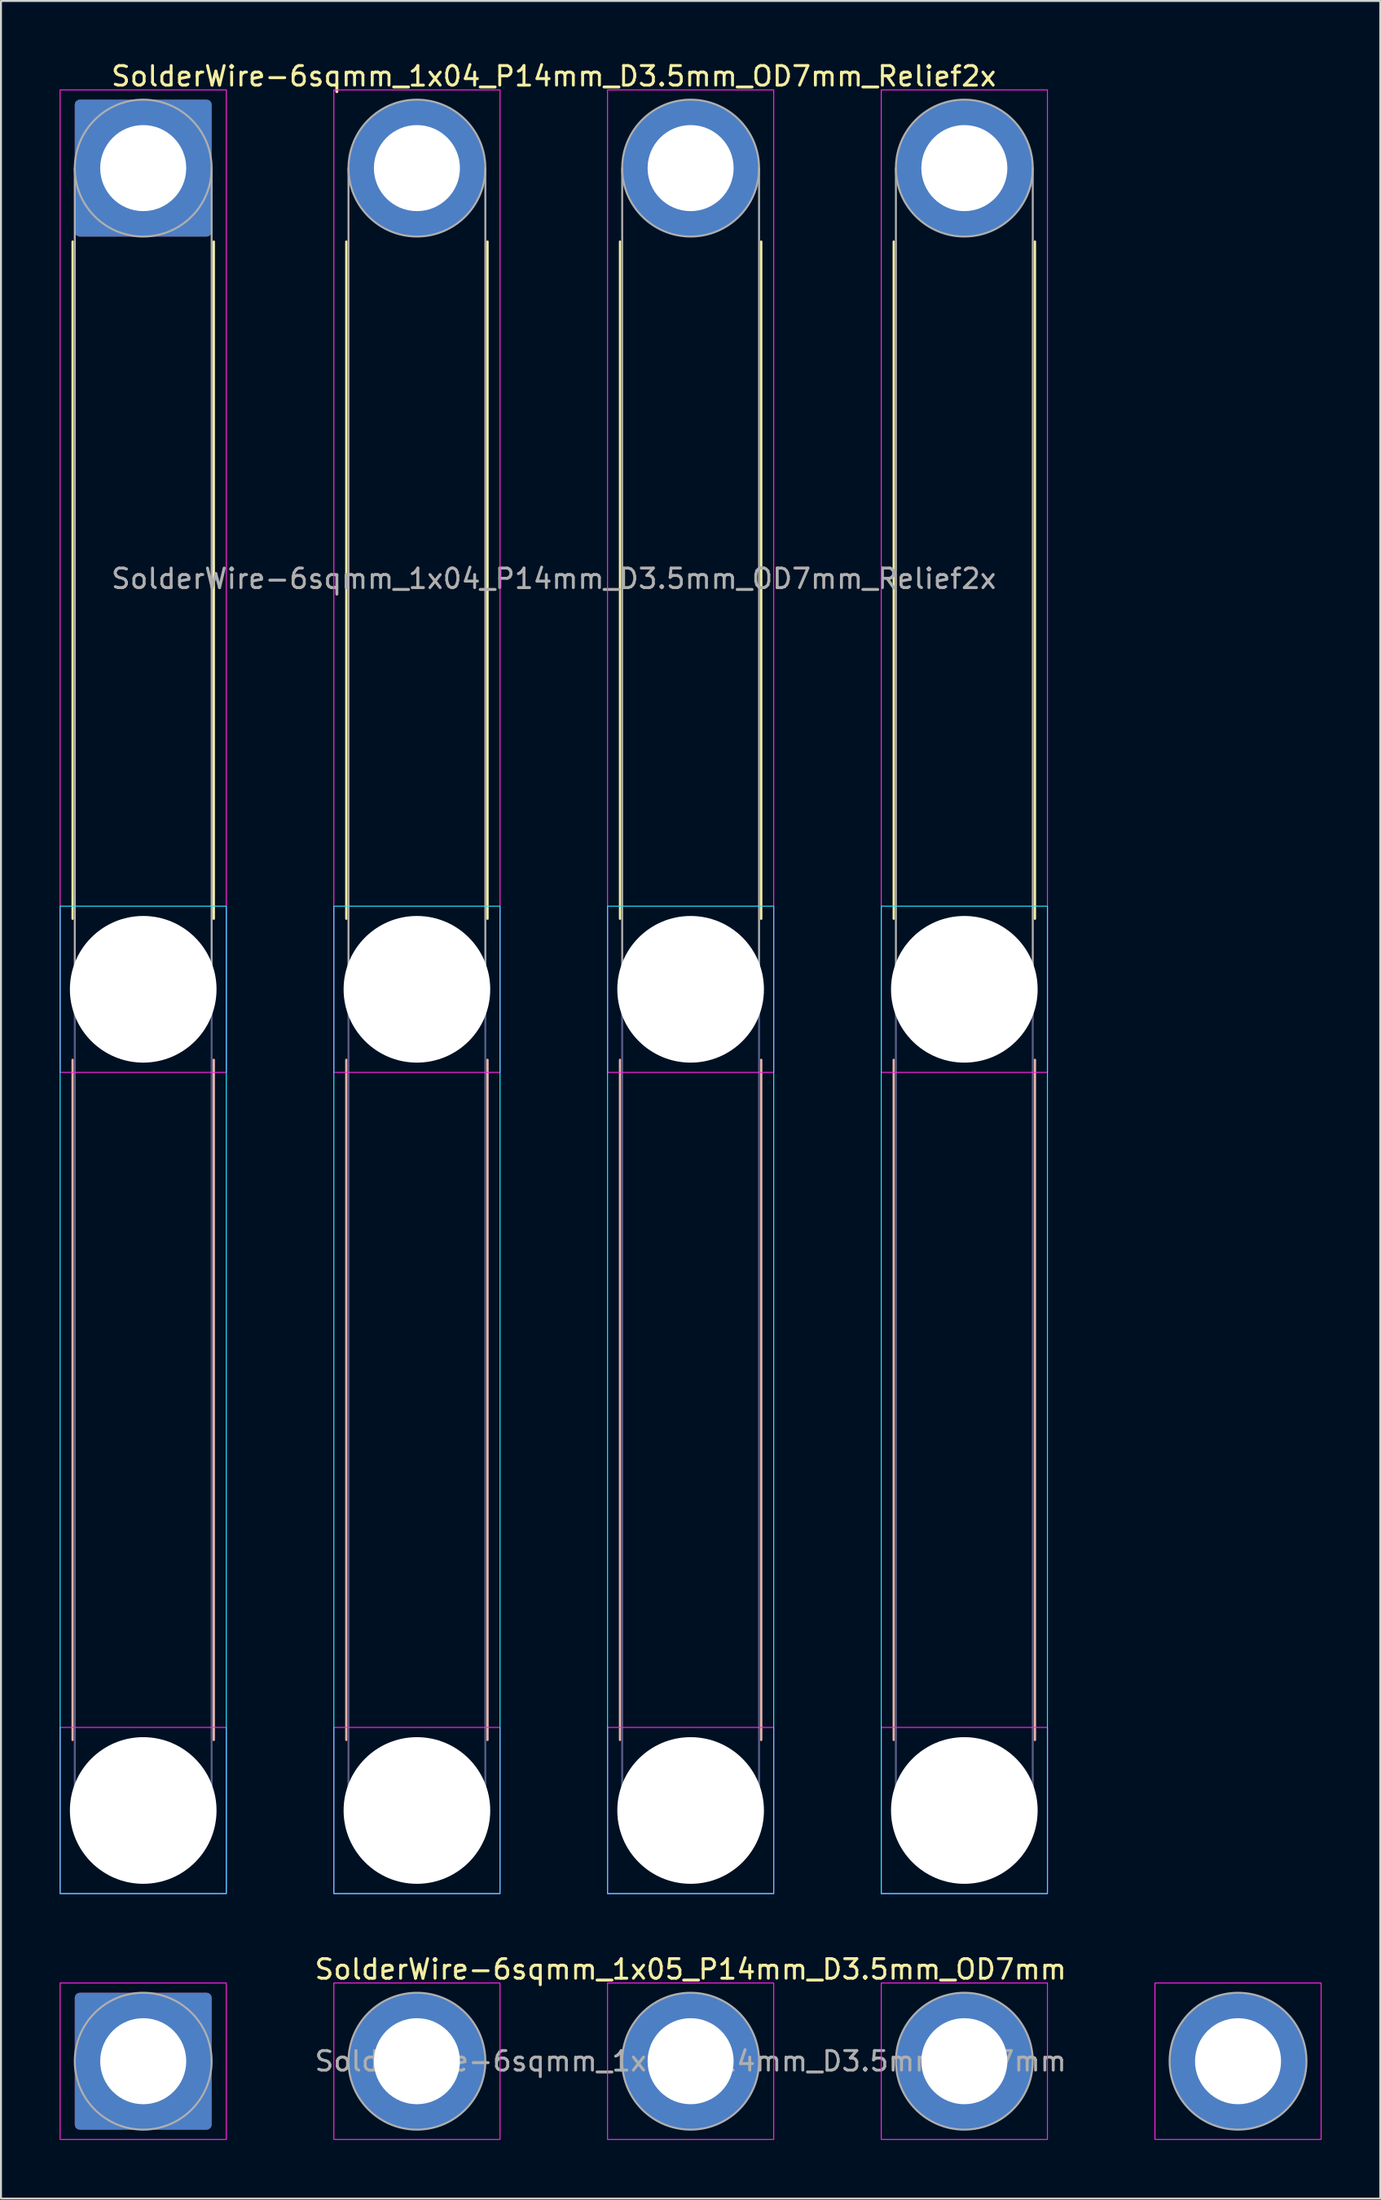
<source format=kicad_pcb>
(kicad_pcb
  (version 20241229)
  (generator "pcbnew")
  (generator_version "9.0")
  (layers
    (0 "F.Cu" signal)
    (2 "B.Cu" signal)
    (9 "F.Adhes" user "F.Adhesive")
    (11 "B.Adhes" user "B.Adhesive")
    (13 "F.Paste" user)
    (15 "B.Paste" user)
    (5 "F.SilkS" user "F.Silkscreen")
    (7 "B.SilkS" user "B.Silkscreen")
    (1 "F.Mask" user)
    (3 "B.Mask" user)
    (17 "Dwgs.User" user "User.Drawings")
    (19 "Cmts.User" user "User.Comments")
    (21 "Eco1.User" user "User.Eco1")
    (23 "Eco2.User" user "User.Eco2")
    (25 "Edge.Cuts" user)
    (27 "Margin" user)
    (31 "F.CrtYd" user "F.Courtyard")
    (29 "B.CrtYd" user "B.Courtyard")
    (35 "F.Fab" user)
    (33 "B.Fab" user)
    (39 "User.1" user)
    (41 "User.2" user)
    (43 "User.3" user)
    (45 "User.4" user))
  (footprint "SolderWire-6sqmm_1x05_P14mm_D3.5mm_OD7mm"
    (layer "F.Cu")
    (at 4.275 102.371)
    (property "Reference" "SolderWire-6sqmm_1x05_P14mm_D3.5mm_OD7mm" (at 28 -4.7 0) (layer "F.SilkS") (effects (font (size 1 1) (thickness 0.15))))
    (attr exclude_from_pos_files exclude_from_bom)
    (fp_rect (start -4.25 -4) (end 4.25 4) (stroke (width 0.05) (type solid)) (fill no) (layer "F.CrtYd"))
    (fp_rect (start 9.75 -4) (end 18.25 4) (stroke (width 0.05) (type solid)) (fill no) (layer "F.CrtYd"))
    (fp_rect (start 23.75 -4) (end 32.25 4) (stroke (width 0.05) (type solid)) (fill no) (layer "F.CrtYd"))
    (fp_rect (start 37.75 -4) (end 46.25 4) (stroke (width 0.05) (type solid)) (fill no) (layer "F.CrtYd"))
    (fp_rect (start 51.75 -4) (end 60.25 4) (stroke (width 0.05) (type solid)) (fill no) (layer "F.CrtYd"))
    (fp_circle (center 0 0) (end 3.5 0) (stroke (width 0.1) (type solid)) (fill no) (layer "F.Fab"))
    (fp_circle (center 14 0) (end 17.5 0) (stroke (width 0.1) (type solid)) (fill no) (layer "F.Fab"))
    (fp_circle (center 28 0) (end 31.5 0) (stroke (width 0.1) (type solid)) (fill no) (layer "F.Fab"))
    (fp_circle (center 42 0) (end 45.5 0) (stroke (width 0.1) (type solid)) (fill no) (layer "F.Fab"))
    (fp_circle (center 56 0) (end 59.5 0) (stroke (width 0.1) (type solid)) (fill no) (layer "F.Fab"))
    (fp_text user "${REFERENCE}" (at 28 0 0) (layer "F.Fab") (effects (font (size 1 1) (thickness 0.15))))
    (pad "1" thru_hole roundrect (at 0 0) (size 7 7) (drill 4.4) (layers "*.Cu" "*.Mask") (roundrect_rratio 0.036))
    (pad "2" thru_hole circle (at 14 0) (size 7 7) (drill 4.4) (layers "*.Cu" "*.Mask"))
    (pad "3" thru_hole circle (at 28 0) (size 7 7) (drill 4.4) (layers "*.Cu" "*.Mask"))
    (pad "4" thru_hole circle (at 42 0) (size 7 7) (drill 4.4) (layers "*.Cu" "*.Mask"))
    (pad "5" thru_hole circle (at 56 0) (size 7 7) (drill 4.4) (layers "*.Cu" "*.Mask")))
  (footprint "SolderWire-6sqmm_1x04_P14mm_D3.5mm_OD7mm_Relief2x"
    (layer "F.Cu")
    (at 4.275 5.548)
    (property "Reference" "SolderWire-6sqmm_1x04_P14mm_D3.5mm_OD7mm_Relief2x" (at 21 -4.7 0) (layer "F.SilkS") (effects (font (size 1 1) (thickness 0.15))))
    (attr exclude_from_pos_files exclude_from_bom)
    (fp_line (start -3.61 3.76) (end -3.61 38.39) (stroke (width 0.12) (type solid)) (layer "F.SilkS"))
    (fp_line (start 3.61 3.76) (end 3.61 38.39) (stroke (width 0.12) (type solid)) (layer "F.SilkS"))
    (fp_line (start 10.39 3.76) (end 10.39 38.39) (stroke (width 0.12) (type solid)) (layer "F.SilkS"))
    (fp_line (start 17.61 3.76) (end 17.61 38.39) (stroke (width 0.12) (type solid)) (layer "F.SilkS"))
    (fp_line (start 24.39 3.76) (end 24.39 38.39) (stroke (width 0.12) (type solid)) (layer "F.SilkS"))
    (fp_line (start 31.61 3.76) (end 31.61 38.39) (stroke (width 0.12) (type solid)) (layer "F.SilkS"))
    (fp_line (start 38.39 3.76) (end 38.39 38.39) (stroke (width 0.12) (type solid)) (layer "F.SilkS"))
    (fp_line (start 45.61 3.76) (end 45.61 38.39) (stroke (width 0.12) (type solid)) (layer "F.SilkS"))
    (fp_line (start -3.61 45.61) (end -3.61 80.39) (stroke (width 0.12) (type solid)) (layer "B.SilkS"))
    (fp_line (start 3.61 45.61) (end 3.61 80.39) (stroke (width 0.12) (type solid)) (layer "B.SilkS"))
    (fp_line (start 10.39 45.61) (end 10.39 80.39) (stroke (width 0.12) (type solid)) (layer "B.SilkS"))
    (fp_line (start 17.61 45.61) (end 17.61 80.39) (stroke (width 0.12) (type solid)) (layer "B.SilkS"))
    (fp_line (start 24.39 45.61) (end 24.39 80.39) (stroke (width 0.12) (type solid)) (layer "B.SilkS"))
    (fp_line (start 31.61 45.61) (end 31.61 80.39) (stroke (width 0.12) (type solid)) (layer "B.SilkS"))
    (fp_line (start 38.39 45.61) (end 38.39 80.39) (stroke (width 0.12) (type solid)) (layer "B.SilkS"))
    (fp_line (start 45.61 45.61) (end 45.61 80.39) (stroke (width 0.12) (type solid)) (layer "B.SilkS"))
    (fp_rect (start -4.25 37.75) (end 4.25 88.25) (stroke (width 0.05) (type solid)) (fill no) (layer "B.CrtYd"))
    (fp_rect (start 9.75 37.75) (end 18.25 88.25) (stroke (width 0.05) (type solid)) (fill no) (layer "B.CrtYd"))
    (fp_rect (start 23.75 37.75) (end 32.25 88.25) (stroke (width 0.05) (type solid)) (fill no) (layer "B.CrtYd"))
    (fp_rect (start 37.75 37.75) (end 46.25 88.25) (stroke (width 0.05) (type solid)) (fill no) (layer "B.CrtYd"))
    (fp_rect (start -4.25 -4) (end 4.25 46.25) (stroke (width 0.05) (type solid)) (fill no) (layer "F.CrtYd"))
    (fp_rect (start -4.25 79.75) (end 4.25 88.25) (stroke (width 0.05) (type solid)) (fill no) (layer "F.CrtYd"))
    (fp_rect (start 9.75 -4) (end 18.25 46.25) (stroke (width 0.05) (type solid)) (fill no) (layer "F.CrtYd"))
    (fp_rect (start 9.75 79.75) (end 18.25 88.25) (stroke (width 0.05) (type solid)) (fill no) (layer "F.CrtYd"))
    (fp_rect (start 23.75 -4) (end 32.25 46.25) (stroke (width 0.05) (type solid)) (fill no) (layer "F.CrtYd"))
    (fp_rect (start 23.75 79.75) (end 32.25 88.25) (stroke (width 0.05) (type solid)) (fill no) (layer "F.CrtYd"))
    (fp_rect (start 37.75 -4) (end 46.25 46.25) (stroke (width 0.05) (type solid)) (fill no) (layer "F.CrtYd"))
    (fp_rect (start 37.75 79.75) (end 46.25 88.25) (stroke (width 0.05) (type solid)) (fill no) (layer "F.CrtYd"))
    (fp_line (start -3.5 42) (end -3.5 84) (stroke (width 0.1) (type solid)) (layer "B.Fab"))
    (fp_line (start 3.5 42) (end 3.5 84) (stroke (width 0.1) (type solid)) (layer "B.Fab"))
    (fp_line (start 10.5 42) (end 10.5 84) (stroke (width 0.1) (type solid)) (layer "B.Fab"))
    (fp_line (start 17.5 42) (end 17.5 84) (stroke (width 0.1) (type solid)) (layer "B.Fab"))
    (fp_line (start 24.5 42) (end 24.5 84) (stroke (width 0.1) (type solid)) (layer "B.Fab"))
    (fp_line (start 31.5 42) (end 31.5 84) (stroke (width 0.1) (type solid)) (layer "B.Fab"))
    (fp_line (start 38.5 42) (end 38.5 84) (stroke (width 0.1) (type solid)) (layer "B.Fab"))
    (fp_line (start 45.5 42) (end 45.5 84) (stroke (width 0.1) (type solid)) (layer "B.Fab"))
    (fp_circle (center 0 42) (end 3.5 42) (stroke (width 0.1) (type solid)) (fill no) (layer "B.Fab"))
    (fp_circle (center 0 84) (end 3.5 84) (stroke (width 0.1) (type solid)) (fill no) (layer "B.Fab"))
    (fp_circle (center 14 42) (end 17.5 42) (stroke (width 0.1) (type solid)) (fill no) (layer "B.Fab"))
    (fp_circle (center 14 84) (end 17.5 84) (stroke (width 0.1) (type solid)) (fill no) (layer "B.Fab"))
    (fp_circle (center 28 42) (end 31.5 42) (stroke (width 0.1) (type solid)) (fill no) (layer "B.Fab"))
    (fp_circle (center 28 84) (end 31.5 84) (stroke (width 0.1) (type solid)) (fill no) (layer "B.Fab"))
    (fp_circle (center 42 42) (end 45.5 42) (stroke (width 0.1) (type solid)) (fill no) (layer "B.Fab"))
    (fp_circle (center 42 84) (end 45.5 84) (stroke (width 0.1) (type solid)) (fill no) (layer "B.Fab"))
    (fp_line (start -3.5 0) (end -3.5 42) (stroke (width 0.1) (type solid)) (layer "F.Fab"))
    (fp_line (start 3.5 0) (end 3.5 42) (stroke (width 0.1) (type solid)) (layer "F.Fab"))
    (fp_line (start 10.5 0) (end 10.5 42) (stroke (width 0.1) (type solid)) (layer "F.Fab"))
    (fp_line (start 17.5 0) (end 17.5 42) (stroke (width 0.1) (type solid)) (layer "F.Fab"))
    (fp_line (start 24.5 0) (end 24.5 42) (stroke (width 0.1) (type solid)) (layer "F.Fab"))
    (fp_line (start 31.5 0) (end 31.5 42) (stroke (width 0.1) (type solid)) (layer "F.Fab"))
    (fp_line (start 38.5 0) (end 38.5 42) (stroke (width 0.1) (type solid)) (layer "F.Fab"))
    (fp_line (start 45.5 0) (end 45.5 42) (stroke (width 0.1) (type solid)) (layer "F.Fab"))
    (fp_circle (center 0 0) (end 3.5 0) (stroke (width 0.1) (type solid)) (fill no) (layer "F.Fab"))
    (fp_circle (center 0 42) (end 3.5 42) (stroke (width 0.1) (type solid)) (fill no) (layer "F.Fab"))
    (fp_circle (center 0 84) (end 3.5 84) (stroke (width 0.1) (type solid)) (fill no) (layer "F.Fab"))
    (fp_circle (center 14 0) (end 17.5 0) (stroke (width 0.1) (type solid)) (fill no) (layer "F.Fab"))
    (fp_circle (center 14 42) (end 17.5 42) (stroke (width 0.1) (type solid)) (fill no) (layer "F.Fab"))
    (fp_circle (center 14 84) (end 17.5 84) (stroke (width 0.1) (type solid)) (fill no) (layer "F.Fab"))
    (fp_circle (center 28 0) (end 31.5 0) (stroke (width 0.1) (type solid)) (fill no) (layer "F.Fab"))
    (fp_circle (center 28 42) (end 31.5 42) (stroke (width 0.1) (type solid)) (fill no) (layer "F.Fab"))
    (fp_circle (center 28 84) (end 31.5 84) (stroke (width 0.1) (type solid)) (fill no) (layer "F.Fab"))
    (fp_circle (center 42 0) (end 45.5 0) (stroke (width 0.1) (type solid)) (fill no) (layer "F.Fab"))
    (fp_circle (center 42 42) (end 45.5 42) (stroke (width 0.1) (type solid)) (fill no) (layer "F.Fab"))
    (fp_circle (center 42 84) (end 45.5 84) (stroke (width 0.1) (type solid)) (fill no) (layer "F.Fab"))
    (fp_text user "${REFERENCE}" (at 21 21 0) (layer "F.Fab") (effects (font (size 1 1) (thickness 0.15))))
    (pad "" np_thru_hole circle (at 0 42) (size 7.5 7.5) (drill 7.5) (layers "*.Cu" "*.Mask"))
    (pad "" np_thru_hole circle (at 0 84) (size 7.5 7.5) (drill 7.5) (layers "*.Cu" "*.Mask"))
    (pad "" np_thru_hole circle (at 14 42) (size 7.5 7.5) (drill 7.5) (layers "*.Cu" "*.Mask"))
    (pad "" np_thru_hole circle (at 14 84) (size 7.5 7.5) (drill 7.5) (layers "*.Cu" "*.Mask"))
    (pad "" np_thru_hole circle (at 28 42) (size 7.5 7.5) (drill 7.5) (layers "*.Cu" "*.Mask"))
    (pad "" np_thru_hole circle (at 28 84) (size 7.5 7.5) (drill 7.5) (layers "*.Cu" "*.Mask"))
    (pad "" np_thru_hole circle (at 42 42) (size 7.5 7.5) (drill 7.5) (layers "*.Cu" "*.Mask"))
    (pad "" np_thru_hole circle (at 42 84) (size 7.5 7.5) (drill 7.5) (layers "*.Cu" "*.Mask"))
    (pad "1" thru_hole roundrect (at 0 0) (size 7 7) (drill 4.4) (layers "*.Cu" "*.Mask") (roundrect_rratio 0.036))
    (pad "2" thru_hole circle (at 14 0) (size 7 7) (drill 4.4) (layers "*.Cu" "*.Mask"))
    (pad "3" thru_hole circle (at 28 0) (size 7 7) (drill 4.4) (layers "*.Cu" "*.Mask"))
    (pad "4" thru_hole circle (at 42 0) (size 7 7) (drill 4.4) (layers "*.Cu" "*.Mask")))
  (gr_rect
    (start -3 -3)
    (end 67.55 109.397)
    (stroke (width 0.1) (type default))
    (fill no)
    (layer "Edge.Cuts")))
</source>
